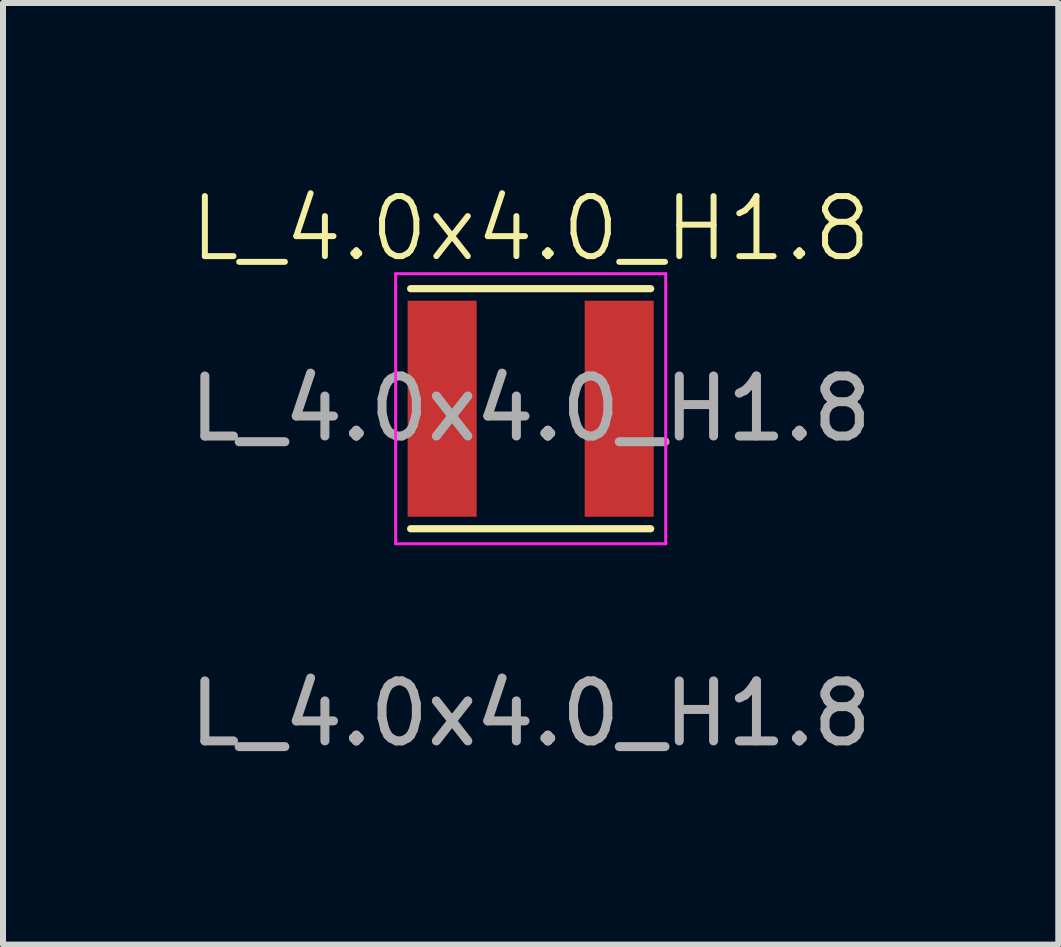
<source format=kicad_pcb>
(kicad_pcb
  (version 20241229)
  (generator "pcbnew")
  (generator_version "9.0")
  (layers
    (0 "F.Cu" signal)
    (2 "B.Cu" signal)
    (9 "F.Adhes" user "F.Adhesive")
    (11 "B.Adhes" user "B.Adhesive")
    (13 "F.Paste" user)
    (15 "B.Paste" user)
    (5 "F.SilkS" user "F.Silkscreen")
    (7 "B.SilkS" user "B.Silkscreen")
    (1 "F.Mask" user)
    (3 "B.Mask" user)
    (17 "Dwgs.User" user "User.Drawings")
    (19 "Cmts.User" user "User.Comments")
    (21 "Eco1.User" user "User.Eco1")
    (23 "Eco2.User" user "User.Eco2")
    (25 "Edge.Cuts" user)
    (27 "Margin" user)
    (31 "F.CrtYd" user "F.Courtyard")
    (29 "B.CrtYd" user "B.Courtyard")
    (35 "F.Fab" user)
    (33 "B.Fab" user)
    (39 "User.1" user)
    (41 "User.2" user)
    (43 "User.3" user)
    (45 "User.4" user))
  (footprint "L_4.0x4.0_H1.8"
    (layer "F.Cu")
    (at 5.792 3.76)
    (property "Reference" "L_4.0x4.0_H1.8" (at 0 -3 0) (unlocked yes) (layer "F.SilkS") (effects (font (size 1 1) (thickness 0.1))))
    (attr smd)
    (fp_line (start -2 2) (end 2 2) (stroke (width 0.12) (type solid)) (layer "F.SilkS"))
    (fp_line (start 2 -2) (end -2 -2) (stroke (width 0.12) (type solid)) (layer "F.SilkS"))
    (fp_line (start -2.25 -2.25) (end -2.25 2.25) (stroke (width 0.05) (type solid)) (layer "F.CrtYd"))
    (fp_line (start -2.25 2.25) (end 2.25 2.25) (stroke (width 0.05) (type solid)) (layer "F.CrtYd"))
    (fp_line (start 2.25 -2.25) (end -2.25 -2.25) (stroke (width 0.05) (type solid)) (layer "F.CrtYd"))
    (fp_line (start 2.25 2.25) (end 2.25 -2.25) (stroke (width 0.05) (type solid)) (layer "F.CrtYd"))
    (fp_text user "${REFERENCE}" (at 0 5.08 0) (unlocked yes) (layer "F.Fab") (effects (font (size 1 1) (thickness 0.15))))
    (fp_text user "${REFERENCE}" (at 0 0 0) (layer "F.Fab") (effects (font (size 1 1) (thickness 0.15))))
    (pad "1" smd rect (at -1.475 0) (size 1.15 3.6) (layers "F.Cu" "F.Mask" "F.Paste"))
    (pad "2" smd rect (at 1.475 0) (size 1.15 3.6) (layers "F.Cu" "F.Mask" "F.Paste")))
  (gr_rect
    (start -3 -3)
    (end 14.583 12.689)
    (stroke (width 0.1) (type default))
    (fill no)
    (layer "Edge.Cuts")))
</source>
